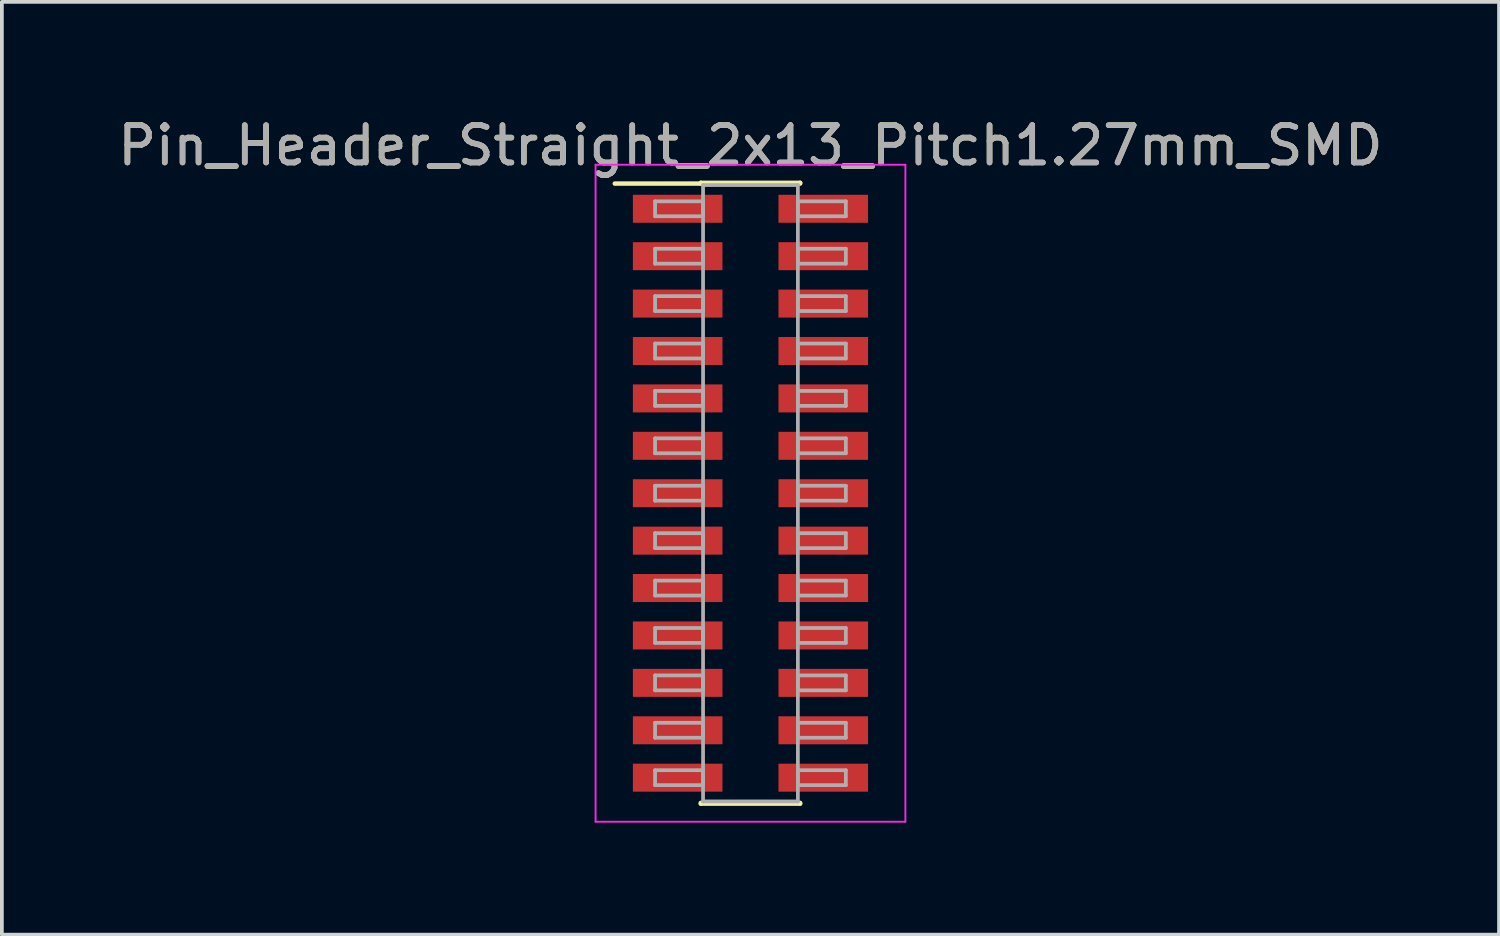
<source format=kicad_pcb>
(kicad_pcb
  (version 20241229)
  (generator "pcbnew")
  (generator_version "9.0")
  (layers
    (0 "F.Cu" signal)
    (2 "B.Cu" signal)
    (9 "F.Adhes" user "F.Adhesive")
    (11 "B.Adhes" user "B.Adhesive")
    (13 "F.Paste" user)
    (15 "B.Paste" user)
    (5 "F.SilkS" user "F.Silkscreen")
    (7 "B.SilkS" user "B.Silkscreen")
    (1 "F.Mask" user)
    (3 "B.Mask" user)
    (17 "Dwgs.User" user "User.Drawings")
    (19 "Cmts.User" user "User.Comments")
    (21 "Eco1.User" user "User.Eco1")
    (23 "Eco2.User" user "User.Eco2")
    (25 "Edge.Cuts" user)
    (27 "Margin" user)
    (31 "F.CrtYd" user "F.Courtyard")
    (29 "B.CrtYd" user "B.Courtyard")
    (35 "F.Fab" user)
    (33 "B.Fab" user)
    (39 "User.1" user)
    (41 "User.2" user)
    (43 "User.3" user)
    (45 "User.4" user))
  (footprint "Pin_Header_Straight_2x13_Pitch1.27mm_SMD"
    (layer "F.Cu")
    (at 17.054 10.163)
    (property "Reference" "Pin_Header_Straight_2x13_Pitch1.27mm_SMD" (at 0 -9.315 0) (layer "F.SilkS") (effects (font (size 1 1) (thickness 0.15))))
    (attr smd)
    (fp_line (start -3.635 -8.295) (end -1.33 -8.295) (stroke (width 0.12) (type solid)) (layer "F.SilkS"))
    (fp_line (start -1.33 -8.315) (end 1.33 -8.315) (stroke (width 0.12) (type solid)) (layer "F.SilkS"))
    (fp_line (start -1.33 -8.295) (end -1.33 -8.315) (stroke (width 0.12) (type solid)) (layer "F.SilkS"))
    (fp_line (start -1.33 8.295) (end -1.33 8.315) (stroke (width 0.12) (type solid)) (layer "F.SilkS"))
    (fp_line (start -1.33 8.315) (end 1.33 8.315) (stroke (width 0.12) (type solid)) (layer "F.SilkS"))
    (fp_line (start 1.33 -8.315) (end 1.33 -8.295) (stroke (width 0.12) (type solid)) (layer "F.SilkS"))
    (fp_line (start 1.33 8.315) (end 1.33 8.295) (stroke (width 0.12) (type solid)) (layer "F.SilkS"))
    (fp_line (start -4.15 -8.8) (end -4.15 8.8) (stroke (width 0.05) (type solid)) (layer "F.CrtYd"))
    (fp_line (start -4.15 8.8) (end 4.15 8.8) (stroke (width 0.05) (type solid)) (layer "F.CrtYd"))
    (fp_line (start 4.15 -8.8) (end -4.15 -8.8) (stroke (width 0.05) (type solid)) (layer "F.CrtYd"))
    (fp_line (start 4.15 8.8) (end 4.15 -8.8) (stroke (width 0.05) (type solid)) (layer "F.CrtYd"))
    (fp_line (start -2.555 -7.82) (end -1.27 -7.82) (stroke (width 0.1) (type solid)) (layer "F.Fab"))
    (fp_line (start -2.555 -7.42) (end -2.555 -7.82) (stroke (width 0.1) (type solid)) (layer "F.Fab"))
    (fp_line (start -2.555 -6.55) (end -1.27 -6.55) (stroke (width 0.1) (type solid)) (layer "F.Fab"))
    (fp_line (start -2.555 -6.15) (end -2.555 -6.55) (stroke (width 0.1) (type solid)) (layer "F.Fab"))
    (fp_line (start -2.555 -5.28) (end -1.27 -5.28) (stroke (width 0.1) (type solid)) (layer "F.Fab"))
    (fp_line (start -2.555 -4.88) (end -2.555 -5.28) (stroke (width 0.1) (type solid)) (layer "F.Fab"))
    (fp_line (start -2.555 -4.01) (end -1.27 -4.01) (stroke (width 0.1) (type solid)) (layer "F.Fab"))
    (fp_line (start -2.555 -3.61) (end -2.555 -4.01) (stroke (width 0.1) (type solid)) (layer "F.Fab"))
    (fp_line (start -2.555 -2.74) (end -1.27 -2.74) (stroke (width 0.1) (type solid)) (layer "F.Fab"))
    (fp_line (start -2.555 -2.34) (end -2.555 -2.74) (stroke (width 0.1) (type solid)) (layer "F.Fab"))
    (fp_line (start -2.555 -1.47) (end -1.27 -1.47) (stroke (width 0.1) (type solid)) (layer "F.Fab"))
    (fp_line (start -2.555 -1.07) (end -2.555 -1.47) (stroke (width 0.1) (type solid)) (layer "F.Fab"))
    (fp_line (start -2.555 -0.2) (end -1.27 -0.2) (stroke (width 0.1) (type solid)) (layer "F.Fab"))
    (fp_line (start -2.555 0.2) (end -2.555 -0.2) (stroke (width 0.1) (type solid)) (layer "F.Fab"))
    (fp_line (start -2.555 1.07) (end -1.27 1.07) (stroke (width 0.1) (type solid)) (layer "F.Fab"))
    (fp_line (start -2.555 1.47) (end -2.555 1.07) (stroke (width 0.1) (type solid)) (layer "F.Fab"))
    (fp_line (start -2.555 2.34) (end -1.27 2.34) (stroke (width 0.1) (type solid)) (layer "F.Fab"))
    (fp_line (start -2.555 2.74) (end -2.555 2.34) (stroke (width 0.1) (type solid)) (layer "F.Fab"))
    (fp_line (start -2.555 3.61) (end -1.27 3.61) (stroke (width 0.1) (type solid)) (layer "F.Fab"))
    (fp_line (start -2.555 4.01) (end -2.555 3.61) (stroke (width 0.1) (type solid)) (layer "F.Fab"))
    (fp_line (start -2.555 4.88) (end -1.27 4.88) (stroke (width 0.1) (type solid)) (layer "F.Fab"))
    (fp_line (start -2.555 5.28) (end -2.555 4.88) (stroke (width 0.1) (type solid)) (layer "F.Fab"))
    (fp_line (start -2.555 6.15) (end -1.27 6.15) (stroke (width 0.1) (type solid)) (layer "F.Fab"))
    (fp_line (start -2.555 6.55) (end -2.555 6.15) (stroke (width 0.1) (type solid)) (layer "F.Fab"))
    (fp_line (start -2.555 7.42) (end -1.27 7.42) (stroke (width 0.1) (type solid)) (layer "F.Fab"))
    (fp_line (start -2.555 7.82) (end -2.555 7.42) (stroke (width 0.1) (type solid)) (layer "F.Fab"))
    (fp_line (start -1.27 -8.255) (end -1.27 8.255) (stroke (width 0.1) (type solid)) (layer "F.Fab"))
    (fp_line (start -1.27 -7.82) (end -1.27 -7.42) (stroke (width 0.1) (type solid)) (layer "F.Fab"))
    (fp_line (start -1.27 -7.42) (end -2.555 -7.42) (stroke (width 0.1) (type solid)) (layer "F.Fab"))
    (fp_line (start -1.27 -6.55) (end -1.27 -6.15) (stroke (width 0.1) (type solid)) (layer "F.Fab"))
    (fp_line (start -1.27 -6.15) (end -2.555 -6.15) (stroke (width 0.1) (type solid)) (layer "F.Fab"))
    (fp_line (start -1.27 -5.28) (end -1.27 -4.88) (stroke (width 0.1) (type solid)) (layer "F.Fab"))
    (fp_line (start -1.27 -4.88) (end -2.555 -4.88) (stroke (width 0.1) (type solid)) (layer "F.Fab"))
    (fp_line (start -1.27 -4.01) (end -1.27 -3.61) (stroke (width 0.1) (type solid)) (layer "F.Fab"))
    (fp_line (start -1.27 -3.61) (end -2.555 -3.61) (stroke (width 0.1) (type solid)) (layer "F.Fab"))
    (fp_line (start -1.27 -2.74) (end -1.27 -2.34) (stroke (width 0.1) (type solid)) (layer "F.Fab"))
    (fp_line (start -1.27 -2.34) (end -2.555 -2.34) (stroke (width 0.1) (type solid)) (layer "F.Fab"))
    (fp_line (start -1.27 -1.47) (end -1.27 -1.07) (stroke (width 0.1) (type solid)) (layer "F.Fab"))
    (fp_line (start -1.27 -1.07) (end -2.555 -1.07) (stroke (width 0.1) (type solid)) (layer "F.Fab"))
    (fp_line (start -1.27 -0.2) (end -1.27 0.2) (stroke (width 0.1) (type solid)) (layer "F.Fab"))
    (fp_line (start -1.27 0.2) (end -2.555 0.2) (stroke (width 0.1) (type solid)) (layer "F.Fab"))
    (fp_line (start -1.27 1.07) (end -1.27 1.47) (stroke (width 0.1) (type solid)) (layer "F.Fab"))
    (fp_line (start -1.27 1.47) (end -2.555 1.47) (stroke (width 0.1) (type solid)) (layer "F.Fab"))
    (fp_line (start -1.27 2.34) (end -1.27 2.74) (stroke (width 0.1) (type solid)) (layer "F.Fab"))
    (fp_line (start -1.27 2.74) (end -2.555 2.74) (stroke (width 0.1) (type solid)) (layer "F.Fab"))
    (fp_line (start -1.27 3.61) (end -1.27 4.01) (stroke (width 0.1) (type solid)) (layer "F.Fab"))
    (fp_line (start -1.27 4.01) (end -2.555 4.01) (stroke (width 0.1) (type solid)) (layer "F.Fab"))
    (fp_line (start -1.27 4.88) (end -1.27 5.28) (stroke (width 0.1) (type solid)) (layer "F.Fab"))
    (fp_line (start -1.27 5.28) (end -2.555 5.28) (stroke (width 0.1) (type solid)) (layer "F.Fab"))
    (fp_line (start -1.27 6.15) (end -1.27 6.55) (stroke (width 0.1) (type solid)) (layer "F.Fab"))
    (fp_line (start -1.27 6.55) (end -2.555 6.55) (stroke (width 0.1) (type solid)) (layer "F.Fab"))
    (fp_line (start -1.27 7.42) (end -1.27 7.82) (stroke (width 0.1) (type solid)) (layer "F.Fab"))
    (fp_line (start -1.27 7.82) (end -2.555 7.82) (stroke (width 0.1) (type solid)) (layer "F.Fab"))
    (fp_line (start -1.27 8.255) (end 1.27 8.255) (stroke (width 0.1) (type solid)) (layer "F.Fab"))
    (fp_line (start 1.27 -8.255) (end -1.27 -8.255) (stroke (width 0.1) (type solid)) (layer "F.Fab"))
    (fp_line (start 1.27 -7.82) (end 1.27 -7.42) (stroke (width 0.1) (type solid)) (layer "F.Fab"))
    (fp_line (start 1.27 -7.42) (end 2.555 -7.42) (stroke (width 0.1) (type solid)) (layer "F.Fab"))
    (fp_line (start 1.27 -6.55) (end 1.27 -6.15) (stroke (width 0.1) (type solid)) (layer "F.Fab"))
    (fp_line (start 1.27 -6.15) (end 2.555 -6.15) (stroke (width 0.1) (type solid)) (layer "F.Fab"))
    (fp_line (start 1.27 -5.28) (end 1.27 -4.88) (stroke (width 0.1) (type solid)) (layer "F.Fab"))
    (fp_line (start 1.27 -4.88) (end 2.555 -4.88) (stroke (width 0.1) (type solid)) (layer "F.Fab"))
    (fp_line (start 1.27 -4.01) (end 1.27 -3.61) (stroke (width 0.1) (type solid)) (layer "F.Fab"))
    (fp_line (start 1.27 -3.61) (end 2.555 -3.61) (stroke (width 0.1) (type solid)) (layer "F.Fab"))
    (fp_line (start 1.27 -2.74) (end 1.27 -2.34) (stroke (width 0.1) (type solid)) (layer "F.Fab"))
    (fp_line (start 1.27 -2.34) (end 2.555 -2.34) (stroke (width 0.1) (type solid)) (layer "F.Fab"))
    (fp_line (start 1.27 -1.47) (end 1.27 -1.07) (stroke (width 0.1) (type solid)) (layer "F.Fab"))
    (fp_line (start 1.27 -1.07) (end 2.555 -1.07) (stroke (width 0.1) (type solid)) (layer "F.Fab"))
    (fp_line (start 1.27 -0.2) (end 1.27 0.2) (stroke (width 0.1) (type solid)) (layer "F.Fab"))
    (fp_line (start 1.27 0.2) (end 2.555 0.2) (stroke (width 0.1) (type solid)) (layer "F.Fab"))
    (fp_line (start 1.27 1.07) (end 1.27 1.47) (stroke (width 0.1) (type solid)) (layer "F.Fab"))
    (fp_line (start 1.27 1.47) (end 2.555 1.47) (stroke (width 0.1) (type solid)) (layer "F.Fab"))
    (fp_line (start 1.27 2.34) (end 1.27 2.74) (stroke (width 0.1) (type solid)) (layer "F.Fab"))
    (fp_line (start 1.27 2.74) (end 2.555 2.74) (stroke (width 0.1) (type solid)) (layer "F.Fab"))
    (fp_line (start 1.27 3.61) (end 1.27 4.01) (stroke (width 0.1) (type solid)) (layer "F.Fab"))
    (fp_line (start 1.27 4.01) (end 2.555 4.01) (stroke (width 0.1) (type solid)) (layer "F.Fab"))
    (fp_line (start 1.27 4.88) (end 1.27 5.28) (stroke (width 0.1) (type solid)) (layer "F.Fab"))
    (fp_line (start 1.27 5.28) (end 2.555 5.28) (stroke (width 0.1) (type solid)) (layer "F.Fab"))
    (fp_line (start 1.27 6.15) (end 1.27 6.55) (stroke (width 0.1) (type solid)) (layer "F.Fab"))
    (fp_line (start 1.27 6.55) (end 2.555 6.55) (stroke (width 0.1) (type solid)) (layer "F.Fab"))
    (fp_line (start 1.27 7.42) (end 1.27 7.82) (stroke (width 0.1) (type solid)) (layer "F.Fab"))
    (fp_line (start 1.27 7.82) (end 2.555 7.82) (stroke (width 0.1) (type solid)) (layer "F.Fab"))
    (fp_line (start 1.27 8.255) (end 1.27 -8.255) (stroke (width 0.1) (type solid)) (layer "F.Fab"))
    (fp_line (start 2.555 -7.82) (end 1.27 -7.82) (stroke (width 0.1) (type solid)) (layer "F.Fab"))
    (fp_line (start 2.555 -7.42) (end 2.555 -7.82) (stroke (width 0.1) (type solid)) (layer "F.Fab"))
    (fp_line (start 2.555 -6.55) (end 1.27 -6.55) (stroke (width 0.1) (type solid)) (layer "F.Fab"))
    (fp_line (start 2.555 -6.15) (end 2.555 -6.55) (stroke (width 0.1) (type solid)) (layer "F.Fab"))
    (fp_line (start 2.555 -5.28) (end 1.27 -5.28) (stroke (width 0.1) (type solid)) (layer "F.Fab"))
    (fp_line (start 2.555 -4.88) (end 2.555 -5.28) (stroke (width 0.1) (type solid)) (layer "F.Fab"))
    (fp_line (start 2.555 -4.01) (end 1.27 -4.01) (stroke (width 0.1) (type solid)) (layer "F.Fab"))
    (fp_line (start 2.555 -3.61) (end 2.555 -4.01) (stroke (width 0.1) (type solid)) (layer "F.Fab"))
    (fp_line (start 2.555 -2.74) (end 1.27 -2.74) (stroke (width 0.1) (type solid)) (layer "F.Fab"))
    (fp_line (start 2.555 -2.34) (end 2.555 -2.74) (stroke (width 0.1) (type solid)) (layer "F.Fab"))
    (fp_line (start 2.555 -1.47) (end 1.27 -1.47) (stroke (width 0.1) (type solid)) (layer "F.Fab"))
    (fp_line (start 2.555 -1.07) (end 2.555 -1.47) (stroke (width 0.1) (type solid)) (layer "F.Fab"))
    (fp_line (start 2.555 -0.2) (end 1.27 -0.2) (stroke (width 0.1) (type solid)) (layer "F.Fab"))
    (fp_line (start 2.555 0.2) (end 2.555 -0.2) (stroke (width 0.1) (type solid)) (layer "F.Fab"))
    (fp_line (start 2.555 1.07) (end 1.27 1.07) (stroke (width 0.1) (type solid)) (layer "F.Fab"))
    (fp_line (start 2.555 1.47) (end 2.555 1.07) (stroke (width 0.1) (type solid)) (layer "F.Fab"))
    (fp_line (start 2.555 2.34) (end 1.27 2.34) (stroke (width 0.1) (type solid)) (layer "F.Fab"))
    (fp_line (start 2.555 2.74) (end 2.555 2.34) (stroke (width 0.1) (type solid)) (layer "F.Fab"))
    (fp_line (start 2.555 3.61) (end 1.27 3.61) (stroke (width 0.1) (type solid)) (layer "F.Fab"))
    (fp_line (start 2.555 4.01) (end 2.555 3.61) (stroke (width 0.1) (type solid)) (layer "F.Fab"))
    (fp_line (start 2.555 4.88) (end 1.27 4.88) (stroke (width 0.1) (type solid)) (layer "F.Fab"))
    (fp_line (start 2.555 5.28) (end 2.555 4.88) (stroke (width 0.1) (type solid)) (layer "F.Fab"))
    (fp_line (start 2.555 6.15) (end 1.27 6.15) (stroke (width 0.1) (type solid)) (layer "F.Fab"))
    (fp_line (start 2.555 6.55) (end 2.555 6.15) (stroke (width 0.1) (type solid)) (layer "F.Fab"))
    (fp_line (start 2.555 7.42) (end 1.27 7.42) (stroke (width 0.1) (type solid)) (layer "F.Fab"))
    (fp_line (start 2.555 7.82) (end 2.555 7.42) (stroke (width 0.1) (type solid)) (layer "F.Fab"))
    (fp_text user "${REFERENCE}" (at 0 -9.315 0) (layer "F.Fab") (effects (font (size 1 1) (thickness 0.15))))
    (pad "1" smd rect (at -1.95 -7.62) (size 2.4 0.75) (layers "F.Cu" "F.Mask" "F.Paste"))
    (pad "2" smd rect (at 1.95 -7.62) (size 2.4 0.75) (layers "F.Cu" "F.Mask" "F.Paste"))
    (pad "3" smd rect (at -1.95 -6.35) (size 2.4 0.75) (layers "F.Cu" "F.Mask" "F.Paste"))
    (pad "4" smd rect (at 1.95 -6.35) (size 2.4 0.75) (layers "F.Cu" "F.Mask" "F.Paste"))
    (pad "5" smd rect (at -1.95 -5.08) (size 2.4 0.75) (layers "F.Cu" "F.Mask" "F.Paste"))
    (pad "6" smd rect (at 1.95 -5.08) (size 2.4 0.75) (layers "F.Cu" "F.Mask" "F.Paste"))
    (pad "7" smd rect (at -1.95 -3.81) (size 2.4 0.75) (layers "F.Cu" "F.Mask" "F.Paste"))
    (pad "8" smd rect (at 1.95 -3.81) (size 2.4 0.75) (layers "F.Cu" "F.Mask" "F.Paste"))
    (pad "9" smd rect (at -1.95 -2.54) (size 2.4 0.75) (layers "F.Cu" "F.Mask" "F.Paste"))
    (pad "10" smd rect (at 1.95 -2.54) (size 2.4 0.75) (layers "F.Cu" "F.Mask" "F.Paste"))
    (pad "11" smd rect (at -1.95 -1.27) (size 2.4 0.75) (layers "F.Cu" "F.Mask" "F.Paste"))
    (pad "12" smd rect (at 1.95 -1.27) (size 2.4 0.75) (layers "F.Cu" "F.Mask" "F.Paste"))
    (pad "13" smd rect (at -1.95 0) (size 2.4 0.75) (layers "F.Cu" "F.Mask" "F.Paste"))
    (pad "14" smd rect (at 1.95 0) (size 2.4 0.75) (layers "F.Cu" "F.Mask" "F.Paste"))
    (pad "15" smd rect (at -1.95 1.27) (size 2.4 0.75) (layers "F.Cu" "F.Mask" "F.Paste"))
    (pad "16" smd rect (at 1.95 1.27) (size 2.4 0.75) (layers "F.Cu" "F.Mask" "F.Paste"))
    (pad "17" smd rect (at -1.95 2.54) (size 2.4 0.75) (layers "F.Cu" "F.Mask" "F.Paste"))
    (pad "18" smd rect (at 1.95 2.54) (size 2.4 0.75) (layers "F.Cu" "F.Mask" "F.Paste"))
    (pad "19" smd rect (at -1.95 3.81) (size 2.4 0.75) (layers "F.Cu" "F.Mask" "F.Paste"))
    (pad "20" smd rect (at 1.95 3.81) (size 2.4 0.75) (layers "F.Cu" "F.Mask" "F.Paste"))
    (pad "21" smd rect (at -1.95 5.08) (size 2.4 0.75) (layers "F.Cu" "F.Mask" "F.Paste"))
    (pad "22" smd rect (at 1.95 5.08) (size 2.4 0.75) (layers "F.Cu" "F.Mask" "F.Paste"))
    (pad "23" smd rect (at -1.95 6.35) (size 2.4 0.75) (layers "F.Cu" "F.Mask" "F.Paste"))
    (pad "24" smd rect (at 1.95 6.35) (size 2.4 0.75) (layers "F.Cu" "F.Mask" "F.Paste"))
    (pad "25" smd rect (at -1.95 7.62) (size 2.4 0.75) (layers "F.Cu" "F.Mask" "F.Paste"))
    (pad "26" smd rect (at 1.95 7.62) (size 2.4 0.75) (layers "F.Cu" "F.Mask" "F.Paste")))
  (gr_rect
    (start -3 -3)
    (end 37.107 21.988)
    (stroke (width 0.1) (type default))
    (fill no)
    (layer "Edge.Cuts")))
</source>
